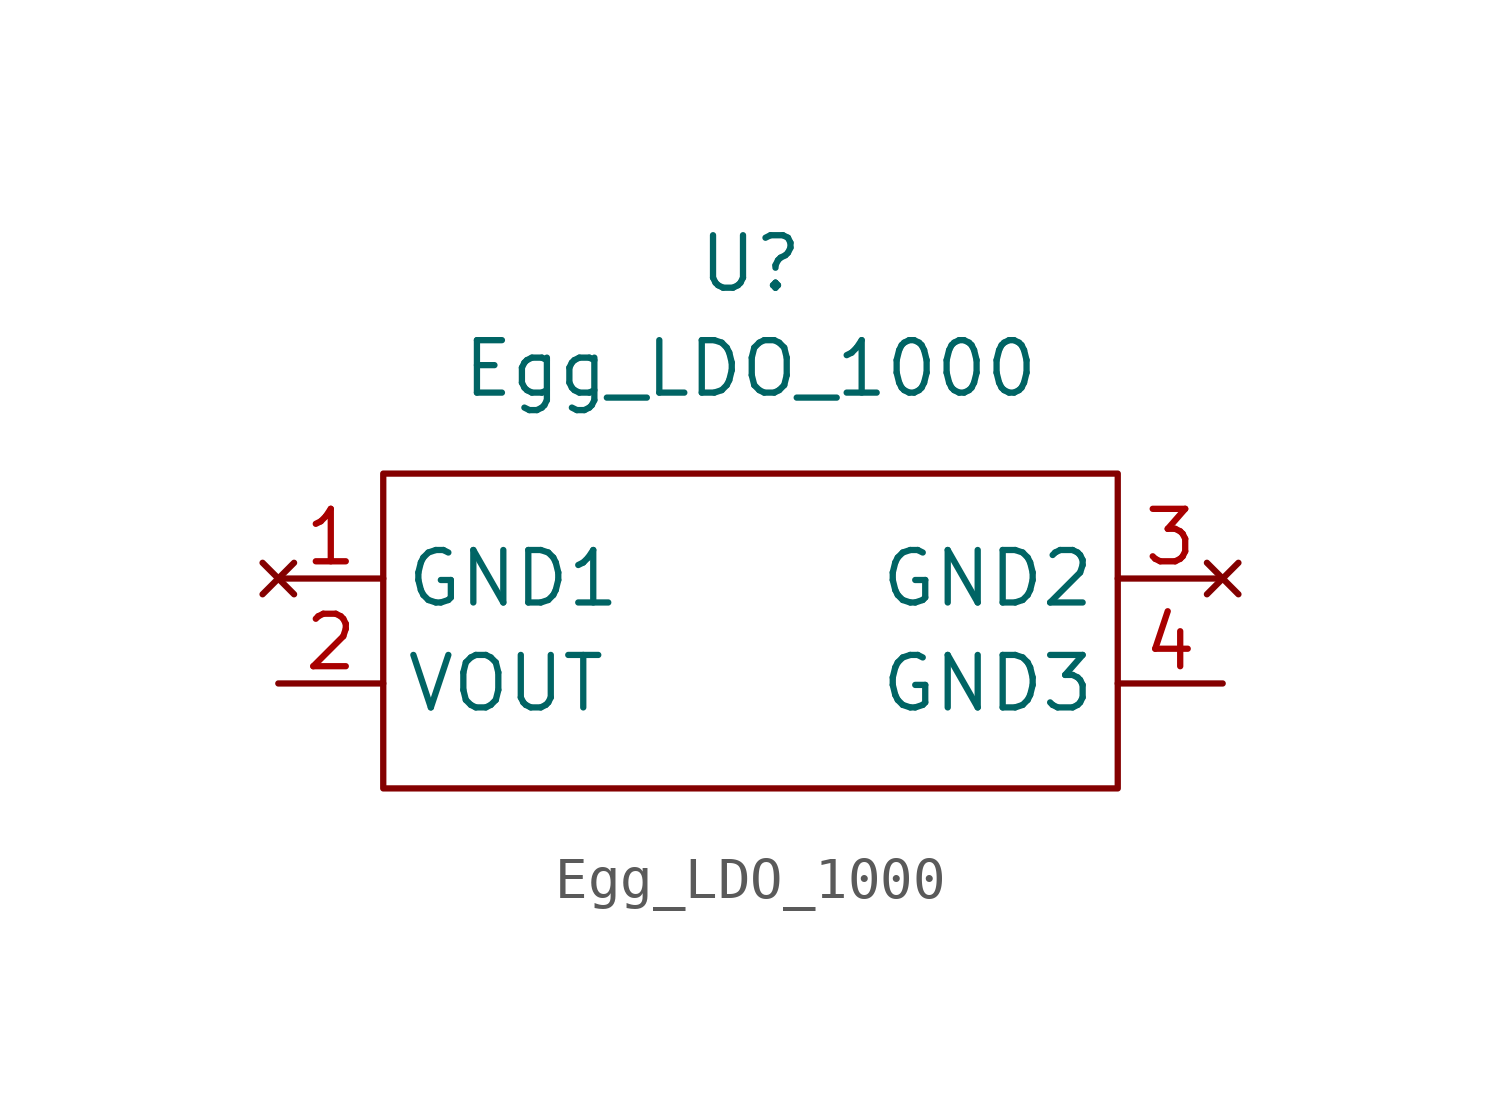
<source format=kicad_sym>
(kicad_symbol_lib
  (version 20220914)
  (generator kicad_symbol_editor)
  (symbol "Egg_LDO_1000"
    (property "Reference" "U"
      (at 0 6.35 0)
      (effects (font (size 1.27 1.27))))
    (property "Value" "Egg_LDO_1000"
      (at 0 3.81 0)
      (effects (font (size 1.27 1.27))))
    (symbol "Egg_LDO_1000_0_1"
      (rectangle (start -8.89 1.27) (end 8.89 -6.35) (stroke (width 0) (type default)) (fill (type none))))
    (symbol "Egg_LDO_1000_1_1"
      (pin no_connect line (at -11.43 -1.27 0) (length 2.54) (name "GND1" (effects (font (size 1.27 1.27)))) (number "1" (effects (font (size 1.27 1.27)))))
      (pin power_in line (at -11.43 -3.81 0) (length 2.54) (name "VOUT" (effects (font (size 1.27 1.27)))) (number "2" (effects (font (size 1.27 1.27)))))
      (pin no_connect line (at 11.43 -1.27 180) (length 2.54) (name "GND2" (effects (font (size 1.27 1.27)))) (number "3" (effects (font (size 1.27 1.27)))))
      (pin passive line (at 11.43 -3.81 180) (length 2.54) (name "GND3" (effects (font (size 1.27 1.27)))) (number "4" (effects (font (size 1.27 1.27))))))))
</source>
